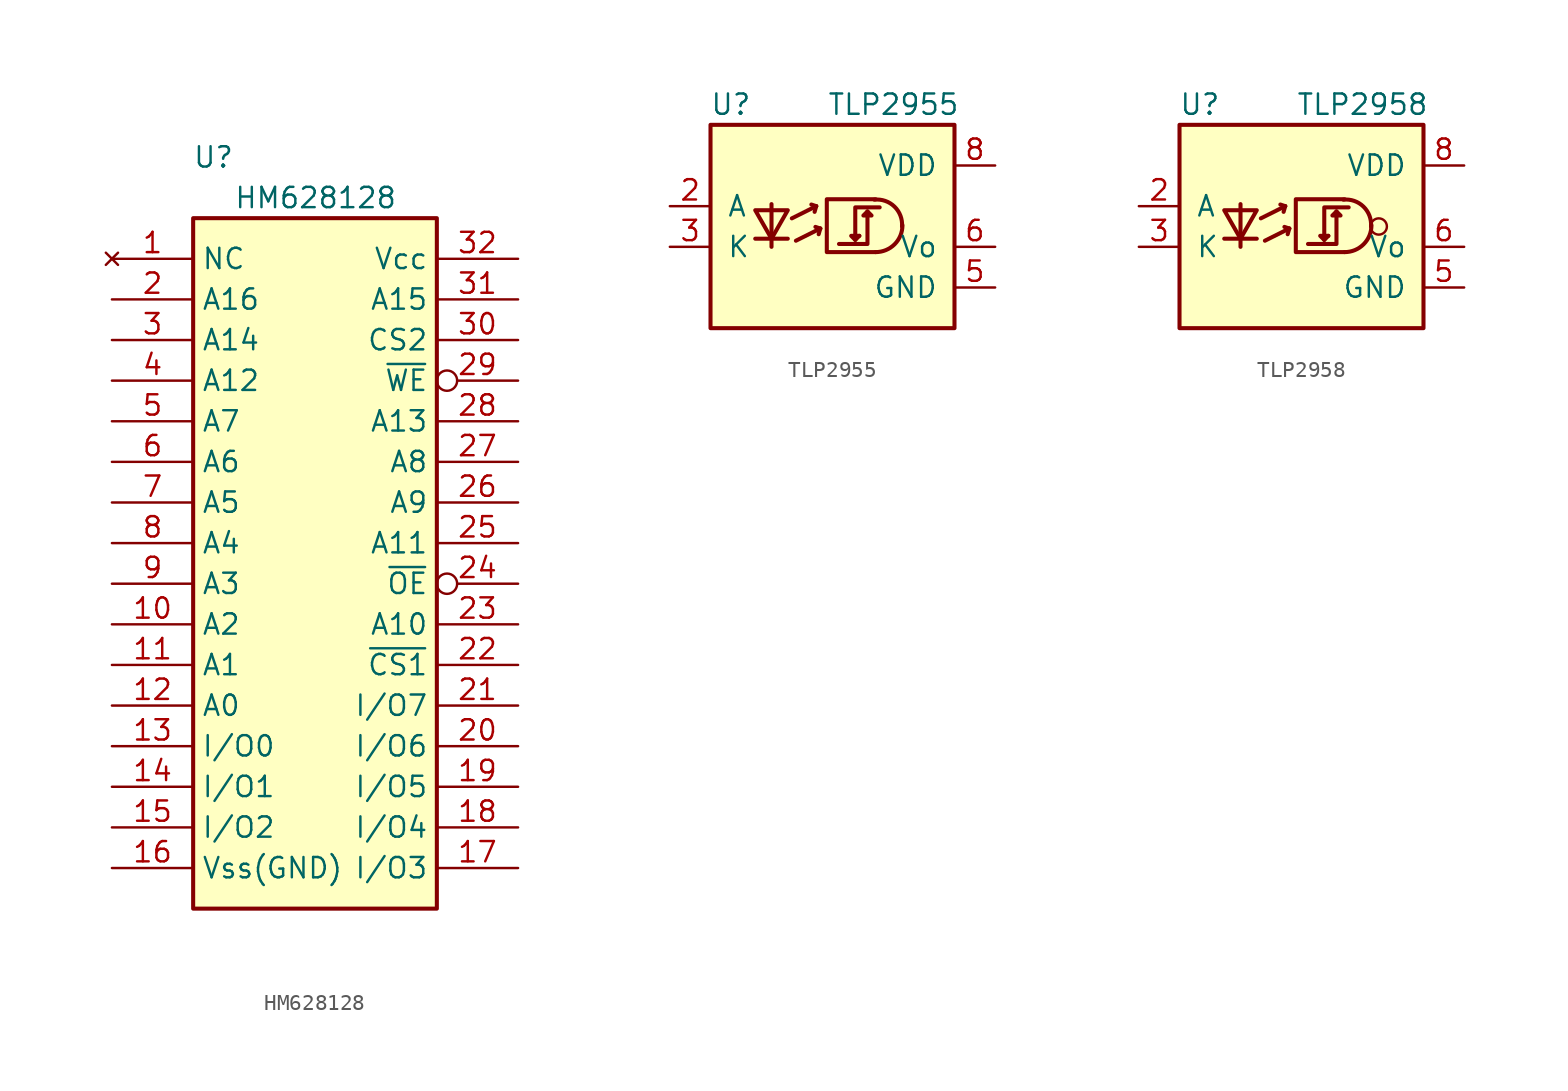
<source format=kicad_sym>
(kicad_symbol_lib
  (version 20220914)
  (generator kicad_symbol_editor)
  (symbol "HM628128"
    (property "Reference" "U"
      (at -6.35 24.13 0)
      (effects (font (size 1.27 1.27))))
    (property "Value" "HM628128"
      (at -5.08 21.59 0)
      (effects (font (size 1.27 1.27)) (justify left)))
    (symbol "HM628128_1_1"
      (rectangle (start -7.62 20.32) (end 7.62 -22.86) (stroke (width 0.254) (type default)) (fill (type background)))
      (pin no_connect line (at -12.7 17.78 0) (length 5.08) (name "NC" (effects (font (size 1.27 1.27)))) (number "1" (effects (font (size 1.27 1.27)))))
      (pin input line (at -12.7 -5.08 0) (length 5.08) (name "A2" (effects (font (size 1.27 1.27)))) (number "10" (effects (font (size 1.27 1.27)))))
      (pin input line (at -12.7 -7.62 0) (length 5.08) (name "A1" (effects (font (size 1.27 1.27)))) (number "11" (effects (font (size 1.27 1.27)))))
      (pin input line (at -12.7 -10.16 0) (length 5.08) (name "A0" (effects (font (size 1.27 1.27)))) (number "12" (effects (font (size 1.27 1.27)))))
      (pin tri_state line (at -12.7 -12.7 0) (length 5.08) (name "I/O0" (effects (font (size 1.27 1.27)))) (number "13" (effects (font (size 1.27 1.27)))))
      (pin tri_state line (at -12.7 -15.24 0) (length 5.08) (name "I/O1" (effects (font (size 1.27 1.27)))) (number "14" (effects (font (size 1.27 1.27)))))
      (pin tri_state line (at -12.7 -17.78 0) (length 5.08) (name "I/O2" (effects (font (size 1.27 1.27)))) (number "15" (effects (font (size 1.27 1.27)))))
      (pin power_in line (at -12.7 -20.32 0) (length 5.08) (name "Vss(GND)" (effects (font (size 1.27 1.27)))) (number "16" (effects (font (size 1.27 1.27)))))
      (pin tri_state line (at 12.7 -20.32 180) (length 5.08) (name "I/O3" (effects (font (size 1.27 1.27)))) (number "17" (effects (font (size 1.27 1.27)))))
      (pin tri_state line (at 12.7 -17.78 180) (length 5.08) (name "I/O4" (effects (font (size 1.27 1.27)))) (number "18" (effects (font (size 1.27 1.27)))))
      (pin tri_state line (at 12.7 -15.24 180) (length 5.08) (name "I/O5" (effects (font (size 1.27 1.27)))) (number "19" (effects (font (size 1.27 1.27)))))
      (pin input line (at -12.7 15.24 0) (length 5.08) (name "A16" (effects (font (size 1.27 1.27)))) (number "2" (effects (font (size 1.27 1.27)))))
      (pin tri_state line (at 12.7 -12.7 180) (length 5.08) (name "I/O6" (effects (font (size 1.27 1.27)))) (number "20" (effects (font (size 1.27 1.27)))))
      (pin tri_state line (at 12.7 -10.16 180) (length 5.08) (name "I/O7" (effects (font (size 1.27 1.27)))) (number "21" (effects (font (size 1.27 1.27)))))
      (pin input line (at 12.7 -7.62 180) (length 5.08) (name "~{CS1}" (effects (font (size 1.27 1.27)))) (number "22" (effects (font (size 1.27 1.27)))))
      (pin input line (at 12.7 -5.08 180) (length 5.08) (name "A10" (effects (font (size 1.27 1.27)))) (number "23" (effects (font (size 1.27 1.27)))))
      (pin input inverted (at 12.7 -2.54 180) (length 5.08) (name "~{OE}" (effects (font (size 1.27 1.27)))) (number "24" (effects (font (size 1.27 1.27)))))
      (pin input line (at 12.7 0 180) (length 5.08) (name "A11" (effects (font (size 1.27 1.27)))) (number "25" (effects (font (size 1.27 1.27)))))
      (pin input line (at 12.7 2.54 180) (length 5.08) (name "A9" (effects (font (size 1.27 1.27)))) (number "26" (effects (font (size 1.27 1.27)))))
      (pin input line (at 12.7 5.08 180) (length 5.08) (name "A8" (effects (font (size 1.27 1.27)))) (number "27" (effects (font (size 1.27 1.27)))))
      (pin input line (at 12.7 7.62 180) (length 5.08) (name "A13" (effects (font (size 1.27 1.27)))) (number "28" (effects (font (size 1.27 1.27)))))
      (pin input inverted (at 12.7 10.16 180) (length 5.08) (name "~{WE}" (effects (font (size 1.27 1.27)))) (number "29" (effects (font (size 1.27 1.27)))))
      (pin input line (at -12.7 12.7 0) (length 5.08) (name "A14" (effects (font (size 1.27 1.27)))) (number "3" (effects (font (size 1.27 1.27)))))
      (pin input line (at 12.7 12.7 180) (length 5.08) (name "CS2" (effects (font (size 1.27 1.27)))) (number "30" (effects (font (size 1.27 1.27)))))
      (pin input line (at 12.7 15.24 180) (length 5.08) (name "A15" (effects (font (size 1.27 1.27)))) (number "31" (effects (font (size 1.27 1.27)))))
      (pin power_in line (at 12.7 17.78 180) (length 5.08) (name "Vcc" (effects (font (size 1.27 1.27)))) (number "32" (effects (font (size 1.27 1.27)))))
      (pin input line (at -12.7 10.16 0) (length 5.08) (name "A12" (effects (font (size 1.27 1.27)))) (number "4" (effects (font (size 1.27 1.27)))))
      (pin input line (at -12.7 7.62 0) (length 5.08) (name "A7" (effects (font (size 1.27 1.27)))) (number "5" (effects (font (size 1.27 1.27)))))
      (pin input line (at -12.7 5.08 0) (length 5.08) (name "A6" (effects (font (size 1.27 1.27)))) (number "6" (effects (font (size 1.27 1.27)))))
      (pin input line (at -12.7 2.54 0) (length 5.08) (name "A5" (effects (font (size 1.27 1.27)))) (number "7" (effects (font (size 1.27 1.27)))))
      (pin input line (at -12.7 0 0) (length 5.08) (name "A4" (effects (font (size 1.27 1.27)))) (number "8" (effects (font (size 1.27 1.27)))))
      (pin input line (at -12.7 -2.54 0) (length 5.08) (name "A3" (effects (font (size 1.27 1.27)))) (number "9" (effects (font (size 1.27 1.27)))))))
  (symbol "TLP2955"
    (pin_names
      (offset 1.016))
    (property "Reference" "U"
      (at -6.35 8.89 0)
      (effects (font (size 1.27 1.27))))
    (property "Value" "TLP2955"
      (at 3.81 8.89 0)
      (effects (font (size 1.27 1.27))))
    (symbol "TLP2955_1_1"
      (rectangle (start -7.62 7.62) (end 7.62 -5.08) (stroke (width 0.254) (type default)) (fill (type background)))
      (polyline (pts (xy -4.826 0.508) (xy -2.794 0.508)) (stroke (width 0.254) (type default)) (fill (type none)))
      (polyline (pts (xy -3.81 0.508) (xy -3.81 0)) (stroke (width 0.254) (type default)) (fill (type none)))
      (polyline (pts (xy -3.81 2.286) (xy -3.81 0.508)) (stroke (width 0.254) (type default)) (fill (type none)))
      (polyline (pts (xy -3.81 2.286) (xy -3.81 2.667)) (stroke (width 0.254) (type default)) (fill (type none)))
      (polyline (pts (xy -2.54 1.778) (xy -1.016 2.54)) (stroke (width 0.254) (type default)) (fill (type none)))
      (polyline (pts (xy -2.286 0.381) (xy -0.762 1.143)) (stroke (width 0.254) (type default)) (fill (type none)))
      (polyline (pts (xy -1.016 2.54) (xy -1.321 2.642)) (stroke (width 0.254) (type default)) (fill (type none)))
      (polyline (pts (xy -1.016 2.54) (xy -1.118 2.184)) (stroke (width 0.254) (type default)) (fill (type none)))
      (polyline (pts (xy -0.762 1.143) (xy -1.067 1.245)) (stroke (width 0.254) (type default)) (fill (type none)))
      (polyline (pts (xy -0.762 1.143) (xy -0.864 0.787)) (stroke (width 0.254) (type default)) (fill (type none)))
      (polyline (pts (xy 1.422 0.432) (xy 1.168 0.686) (xy 1.676 0.686)) (stroke (width 0.254) (type default)) (fill (type none)))
      (polyline (pts (xy 2.184 2.21) (xy 2.184 0.178) (xy 0.406 0.178)) (stroke (width 0.254) (type default)) (fill (type none)))
      (polyline (pts (xy -4.826 2.286) (xy -2.794 2.286) (xy -3.81 0.508) (xy -4.826 2.286)) (stroke (width 0.254) (type default)) (fill (type none)))
      (polyline (pts (xy 2.184 2.21) (xy 1.93 1.956) (xy 2.438 1.956) (xy 2.184 2.21)) (stroke (width 0.254) (type default)) (fill (type none)))
      (polyline (pts (xy 2.692 2.972) (xy -0.356 2.972) (xy -0.356 -0.33) (xy 2.692 -0.33)) (stroke (width 0.254) (type default)) (fill (type none)))
      (polyline (pts (xy 2.946 2.464) (xy 1.422 2.464) (xy 1.422 0.432) (xy 1.676 0.686)) (stroke (width 0.254) (type default)) (fill (type none)))
      (arc (start 2.6924 -0.3302) (mid 3.8798 0.1586) (end 4.3688 1.3462) (stroke (width 0.254) (type default)) (fill (type none)))
      (arc (start 4.3434 1.27) (mid 3.8711 2.5113) (end 2.6162 2.9464) (stroke (width 0.254) (type default)) (fill (type none)))
      (pin no_connect line (at -10.16 5.08 0) (length 2.54) hide (name "NC" (effects (font (size 1.27 1.27)))) (number "1" (effects (font (size 1.27 1.27)))))
      (pin passive line (at -10.16 2.54 0) (length 2.54) (name "A" (effects (font (size 1.27 1.27)))) (number "2" (effects (font (size 1.27 1.27)))))
      (pin passive line (at -10.16 0 0) (length 2.54) (name "K" (effects (font (size 1.27 1.27)))) (number "3" (effects (font (size 1.27 1.27)))))
      (pin no_connect line (at -10.16 -2.54 0) (length 2.54) hide (name "NC" (effects (font (size 1.27 1.27)))) (number "4" (effects (font (size 1.27 1.27)))))
      (pin power_in line (at 10.16 -2.54 180) (length 2.54) (name "GND" (effects (font (size 1.27 1.27)))) (number "5" (effects (font (size 1.27 1.27)))))
      (pin output line (at 10.16 0 180) (length 2.54) (name "Vo" (effects (font (size 1.27 1.27)))) (number "6" (effects (font (size 1.27 1.27)))))
      (pin no_connect line (at 10.16 2.54 180) (length 2.54) hide (name "NC" (effects (font (size 1.27 1.27)))) (number "7" (effects (font (size 1.27 1.27)))))
      (pin power_in line (at 10.16 5.08 180) (length 2.54) (name "VDD" (effects (font (size 1.27 1.27)))) (number "8" (effects (font (size 1.27 1.27)))))))
  (symbol "TLP2958"
    (pin_names
      (offset 1.016))
    (property "Reference" "U"
      (at -6.35 8.89 0)
      (effects (font (size 1.27 1.27))))
    (property "Value" "TLP2958"
      (at 3.81 8.89 0)
      (effects (font (size 1.27 1.27))))
    (symbol "TLP2958_0_1"
      (circle (center 4.826 1.27) (radius 0.508) (stroke (width 0) (type default)) (fill (type none))))
    (symbol "TLP2958_1_1"
      (rectangle (start -7.62 7.62) (end 7.62 -5.08) (stroke (width 0.254) (type default)) (fill (type background)))
      (polyline (pts (xy -4.826 0.508) (xy -2.794 0.508)) (stroke (width 0.254) (type default)) (fill (type none)))
      (polyline (pts (xy -3.81 0.508) (xy -3.81 0)) (stroke (width 0.254) (type default)) (fill (type none)))
      (polyline (pts (xy -3.81 2.286) (xy -3.81 0.508)) (stroke (width 0.254) (type default)) (fill (type none)))
      (polyline (pts (xy -3.81 2.286) (xy -3.81 2.667)) (stroke (width 0.254) (type default)) (fill (type none)))
      (polyline (pts (xy -2.54 1.778) (xy -1.016 2.54)) (stroke (width 0.254) (type default)) (fill (type none)))
      (polyline (pts (xy -2.286 0.381) (xy -0.762 1.143)) (stroke (width 0.254) (type default)) (fill (type none)))
      (polyline (pts (xy -1.016 2.54) (xy -1.321 2.642)) (stroke (width 0.254) (type default)) (fill (type none)))
      (polyline (pts (xy -1.016 2.54) (xy -1.118 2.184)) (stroke (width 0.254) (type default)) (fill (type none)))
      (polyline (pts (xy -0.762 1.143) (xy -1.067 1.245)) (stroke (width 0.254) (type default)) (fill (type none)))
      (polyline (pts (xy -0.762 1.143) (xy -0.864 0.787)) (stroke (width 0.254) (type default)) (fill (type none)))
      (polyline (pts (xy 1.422 0.432) (xy 1.168 0.686) (xy 1.676 0.686)) (stroke (width 0.254) (type default)) (fill (type none)))
      (polyline (pts (xy 2.184 2.21) (xy 2.184 0.178) (xy 0.406 0.178)) (stroke (width 0.254) (type default)) (fill (type none)))
      (polyline (pts (xy -4.826 2.286) (xy -2.794 2.286) (xy -3.81 0.508) (xy -4.826 2.286)) (stroke (width 0.254) (type default)) (fill (type none)))
      (polyline (pts (xy 2.184 2.21) (xy 1.93 1.956) (xy 2.438 1.956) (xy 2.184 2.21)) (stroke (width 0.254) (type default)) (fill (type none)))
      (polyline (pts (xy 2.692 2.972) (xy -0.356 2.972) (xy -0.356 -0.33) (xy 2.692 -0.33)) (stroke (width 0.254) (type default)) (fill (type none)))
      (polyline (pts (xy 2.946 2.464) (xy 1.422 2.464) (xy 1.422 0.432) (xy 1.676 0.686)) (stroke (width 0.254) (type default)) (fill (type none)))
      (arc (start 2.6924 -0.3302) (mid 3.8798 0.1586) (end 4.3688 1.3462) (stroke (width 0.254) (type default)) (fill (type none)))
      (arc (start 4.3434 1.27) (mid 3.8711 2.5113) (end 2.6162 2.9464) (stroke (width 0.254) (type default)) (fill (type none)))
      (pin no_connect line (at -10.16 5.08 0) (length 2.54) hide (name "NC" (effects (font (size 1.27 1.27)))) (number "1" (effects (font (size 1.27 1.27)))))
      (pin passive line (at -10.16 2.54 0) (length 2.54) (name "A" (effects (font (size 1.27 1.27)))) (number "2" (effects (font (size 1.27 1.27)))))
      (pin passive line (at -10.16 0 0) (length 2.54) (name "K" (effects (font (size 1.27 1.27)))) (number "3" (effects (font (size 1.27 1.27)))))
      (pin no_connect line (at -10.16 -2.54 0) (length 2.54) hide (name "NC" (effects (font (size 1.27 1.27)))) (number "4" (effects (font (size 1.27 1.27)))))
      (pin power_in line (at 10.16 -2.54 180) (length 2.54) (name "GND" (effects (font (size 1.27 1.27)))) (number "5" (effects (font (size 1.27 1.27)))))
      (pin output line (at 10.16 0 180) (length 2.54) (name "Vo" (effects (font (size 1.27 1.27)))) (number "6" (effects (font (size 1.27 1.27)))))
      (pin no_connect line (at 10.16 2.54 180) (length 2.54) hide (name "NC" (effects (font (size 1.27 1.27)))) (number "7" (effects (font (size 1.27 1.27)))))
      (pin power_in line (at 10.16 5.08 180) (length 2.54) (name "VDD" (effects (font (size 1.27 1.27)))) (number "8" (effects (font (size 1.27 1.27))))))))
</source>
